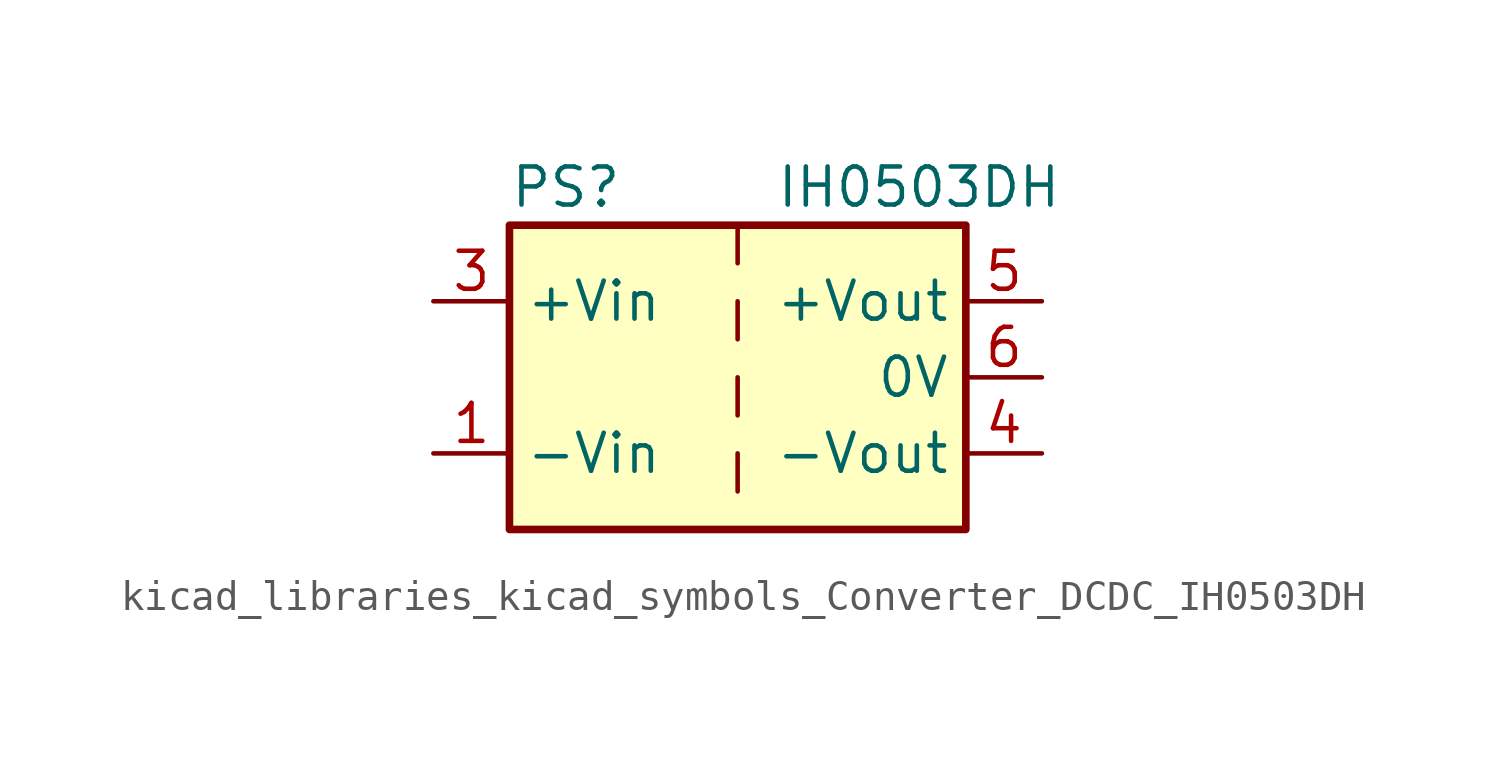
<source format=kicad_sym>
(kicad_symbol_lib
  (version 20220914)
  (generator kicad_symbol_editor)
  (symbol "kicad_libraries_kicad_symbols_Converter_DCDC_IH0503DH"
    (property "Reference" "PS"
      (at -7.62 6.35 0)
      (effects (font (size 1.27 1.27)) (justify left)))
    (property "Value" "IH0503DH"
      (at 1.27 6.35 0)
      (effects (font (size 1.27 1.27)) (justify left)))
    (symbol "kicad_libraries_kicad_symbols_Converter_DCDC_IH0503DH_0_0"
      (pin power_in line (at -10.16 -2.54 0) (length 2.54) (name "-Vin" (effects (font (size 1.27 1.27)))) (number "1" (effects (font (size 1.27 1.27)))))
      (pin power_in line (at -10.16 2.54 0) (length 2.54) (name "+Vin" (effects (font (size 1.27 1.27)))) (number "3" (effects (font (size 1.27 1.27)))))
      (pin power_out line (at 10.16 -2.54 180) (length 2.54) (name "-Vout" (effects (font (size 1.27 1.27)))) (number "4" (effects (font (size 1.27 1.27)))))
      (pin power_out line (at 10.16 2.54 180) (length 2.54) (name "+Vout" (effects (font (size 1.27 1.27)))) (number "5" (effects (font (size 1.27 1.27)))))
      (pin power_out line (at 10.16 0 180) (length 2.54) (name "0V" (effects (font (size 1.27 1.27)))) (number "6" (effects (font (size 1.27 1.27))))))
    (symbol "kicad_libraries_kicad_symbols_Converter_DCDC_IH0503DH_0_1"
      (rectangle (start -7.62 5.08) (end 7.62 -5.08) (stroke (width 0.254) (type default)) (fill (type background)))
      (polyline (pts (xy 0 -2.54) (xy 0 -3.81)) (stroke (width 0) (type default)) (fill (type none)))
      (polyline (pts (xy 0 0) (xy 0 -1.27)) (stroke (width 0) (type default)) (fill (type none)))
      (polyline (pts (xy 0 2.54) (xy 0 1.27)) (stroke (width 0) (type default)) (fill (type none)))
      (polyline (pts (xy 0 5.08) (xy 0 3.81)) (stroke (width 0) (type default)) (fill (type none))))
    (symbol "kicad_libraries_kicad_symbols_Converter_DCDC_IH0503DH_1_1"
      (pin no_connect line (at 0 -5.08 90) (length 2.54) hide (name "NC" (effects (font (size 1.27 1.27)))) (number "2" (effects (font (size 1.27 1.27))))))))
</source>
